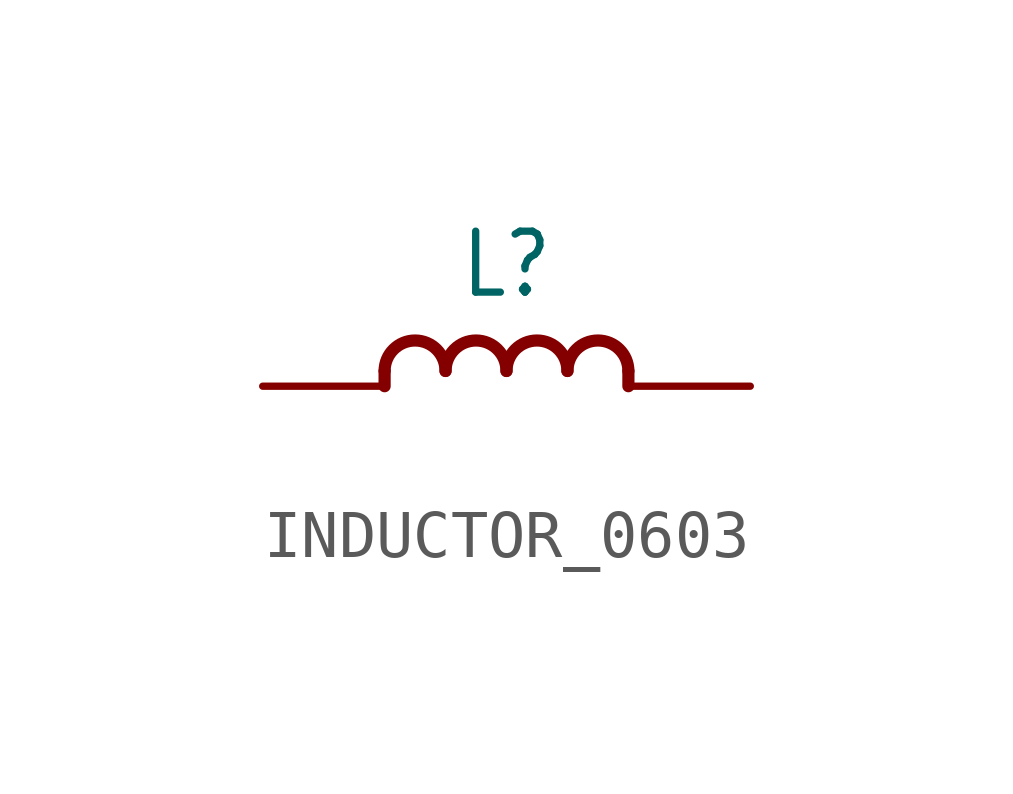
<source format=kicad_sym>
(kicad_symbol_lib
  (version 20231120)
  (generator "kicad_symbol_editor")
  (generator_version "8.0")
  (symbol "INDUCTOR_0603"
    (property "Reference" "L"
      (at 0 2.54 0)
      (effects (font (size 1.27 1.079))))
    (property "Value" ""
      (at 0 -1.54 0)
      (effects (font (size 1.27 1.079))))
    (property "ki_locked" ""
      (at 0 0 0)
      (effects (font (size 1.27 1.27))))
    (symbol "INDUCTOR_0603_1_0"
      (arc (start -1.27 0.3173) (mid -1.9049 0.9524) (end -2.54 0.3175) (stroke (width 0.254) (type solid)) (fill (type none)))
      (polyline (pts (xy -2.54 0.318) (xy -2.54 0)) (stroke (width 0.254) (type solid)) (fill (type none)))
      (polyline (pts (xy 2.54 0.318) (xy 2.54 0)) (stroke (width 0.254) (type solid)) (fill (type none)))
      (arc (start 0 0.3173) (mid -0.6349 0.9524) (end -1.27 0.3175) (stroke (width 0.254) (type solid)) (fill (type none)))
      (arc (start 1.27 0.3173) (mid 0.6351 0.9524) (end 0 0.3175) (stroke (width 0.254) (type solid)) (fill (type none)))
      (arc (start 2.54 0.3173) (mid 1.9051 0.9524) (end 1.27 0.3175) (stroke (width 0.254) (type solid)) (fill (type none)))
      (pin passive line (at -5.08 0 0) (length 2.54) (name "1" (effects (font (size 0 0)))) (number "1" (effects (font (size 0 0)))))
      (pin passive line (at 5.08 0 180) (length 2.54) (name "2" (effects (font (size 0 0)))) (number "2" (effects (font (size 0 0))))))))
</source>
